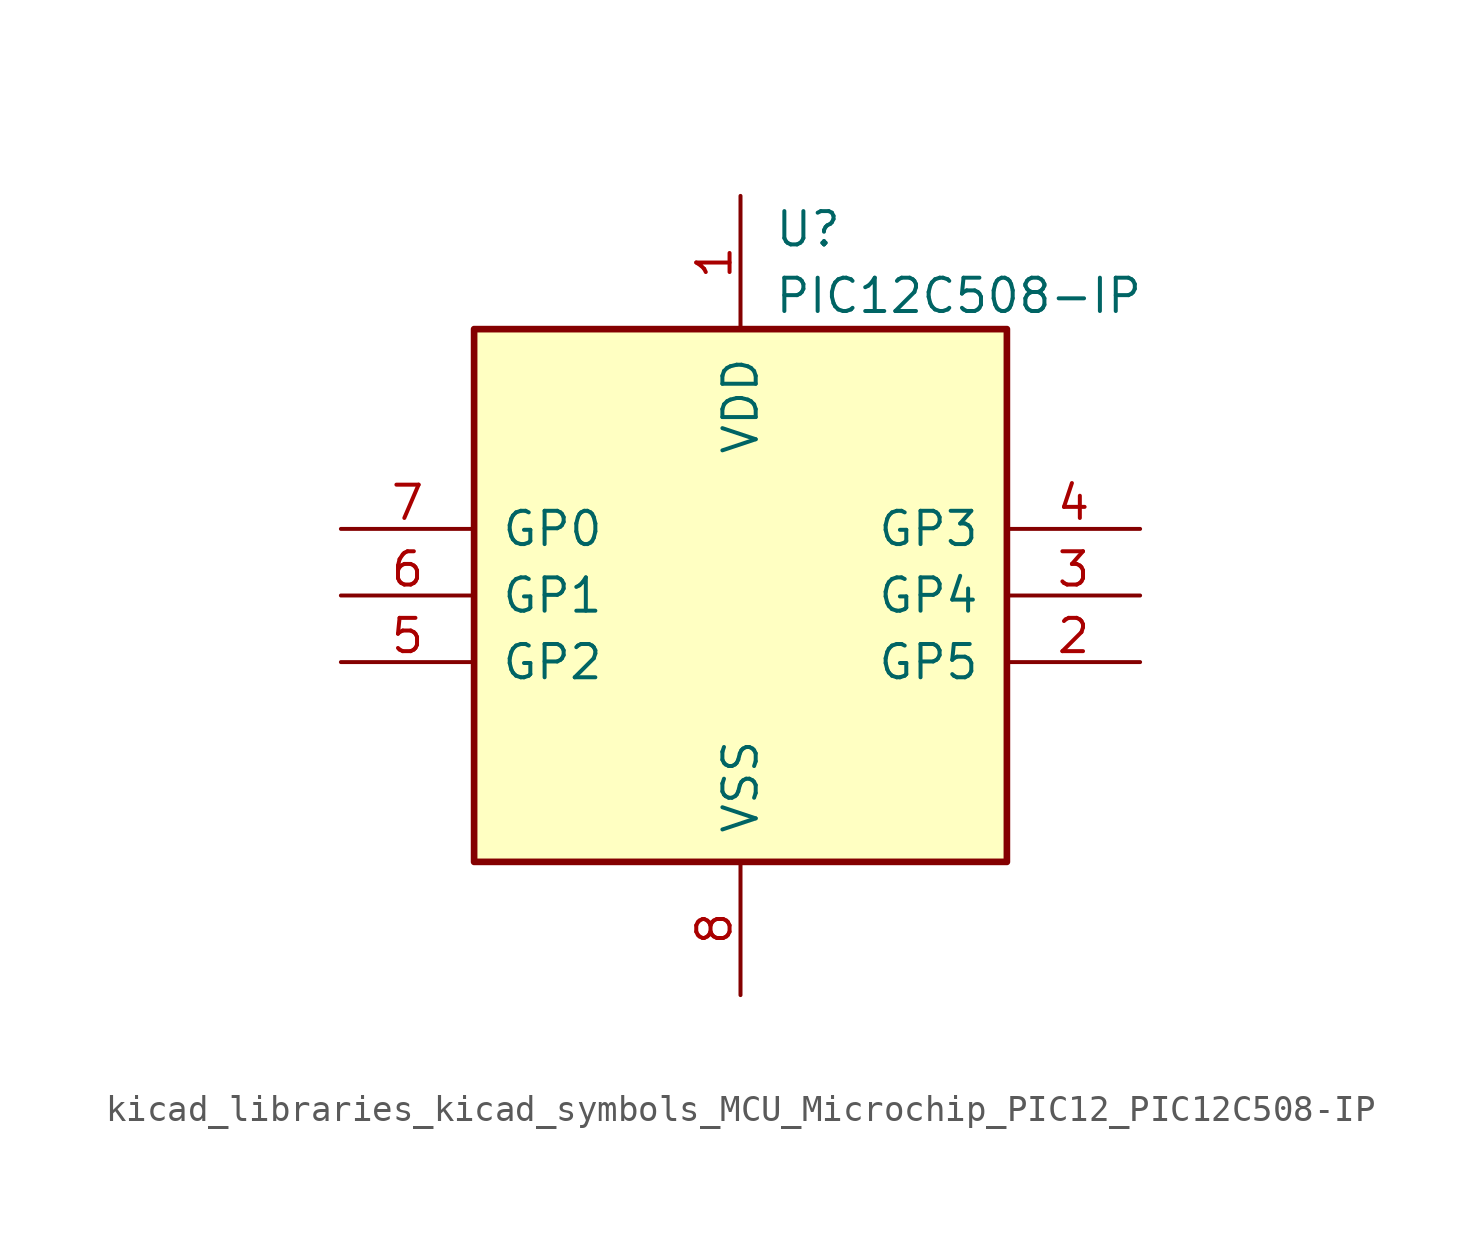
<source format=kicad_sym>
(kicad_symbol_lib
  (version 20220914)
  (generator kicad_symbol_editor)
  (symbol "kicad_libraries_kicad_symbols_MCU_Microchip_PIC12_PIC12C508-IP"
    (pin_names
      (offset 1.016))
    (property "Reference" "U"
      (at 1.27 13.97 0)
      (effects (font (size 1.27 1.27)) (justify left)))
    (property "Value" "PIC12C508-IP"
      (at 1.27 11.43 0)
      (effects (font (size 1.27 1.27)) (justify left)))
    (symbol "kicad_libraries_kicad_symbols_MCU_Microchip_PIC12_PIC12C508-IP_0_1"
      (rectangle (start 10.16 -10.16) (end -10.16 10.16) (stroke (width 0.254) (type default)) (fill (type background))))
    (symbol "kicad_libraries_kicad_symbols_MCU_Microchip_PIC12_PIC12C508-IP_1_1"
      (pin power_in line (at 0 15.24 270) (length 5.08) (name "VDD" (effects (font (size 1.27 1.27)))) (number "1" (effects (font (size 1.27 1.27)))))
      (pin bidirectional line (at 15.24 -2.54 180) (length 5.08) (name "GP5" (effects (font (size 1.27 1.27)))) (number "2" (effects (font (size 1.27 1.27)))))
      (pin bidirectional line (at 15.24 0 180) (length 5.08) (name "GP4" (effects (font (size 1.27 1.27)))) (number "3" (effects (font (size 1.27 1.27)))))
      (pin input line (at 15.24 2.54 180) (length 5.08) (name "GP3" (effects (font (size 1.27 1.27)))) (number "4" (effects (font (size 1.27 1.27)))))
      (pin bidirectional line (at -15.24 -2.54 0) (length 5.08) (name "GP2" (effects (font (size 1.27 1.27)))) (number "5" (effects (font (size 1.27 1.27)))))
      (pin bidirectional line (at -15.24 0 0) (length 5.08) (name "GP1" (effects (font (size 1.27 1.27)))) (number "6" (effects (font (size 1.27 1.27)))))
      (pin bidirectional line (at -15.24 2.54 0) (length 5.08) (name "GP0" (effects (font (size 1.27 1.27)))) (number "7" (effects (font (size 1.27 1.27)))))
      (pin power_in line (at 0 -15.24 90) (length 5.08) (name "VSS" (effects (font (size 1.27 1.27)))) (number "8" (effects (font (size 1.27 1.27))))))))
</source>
